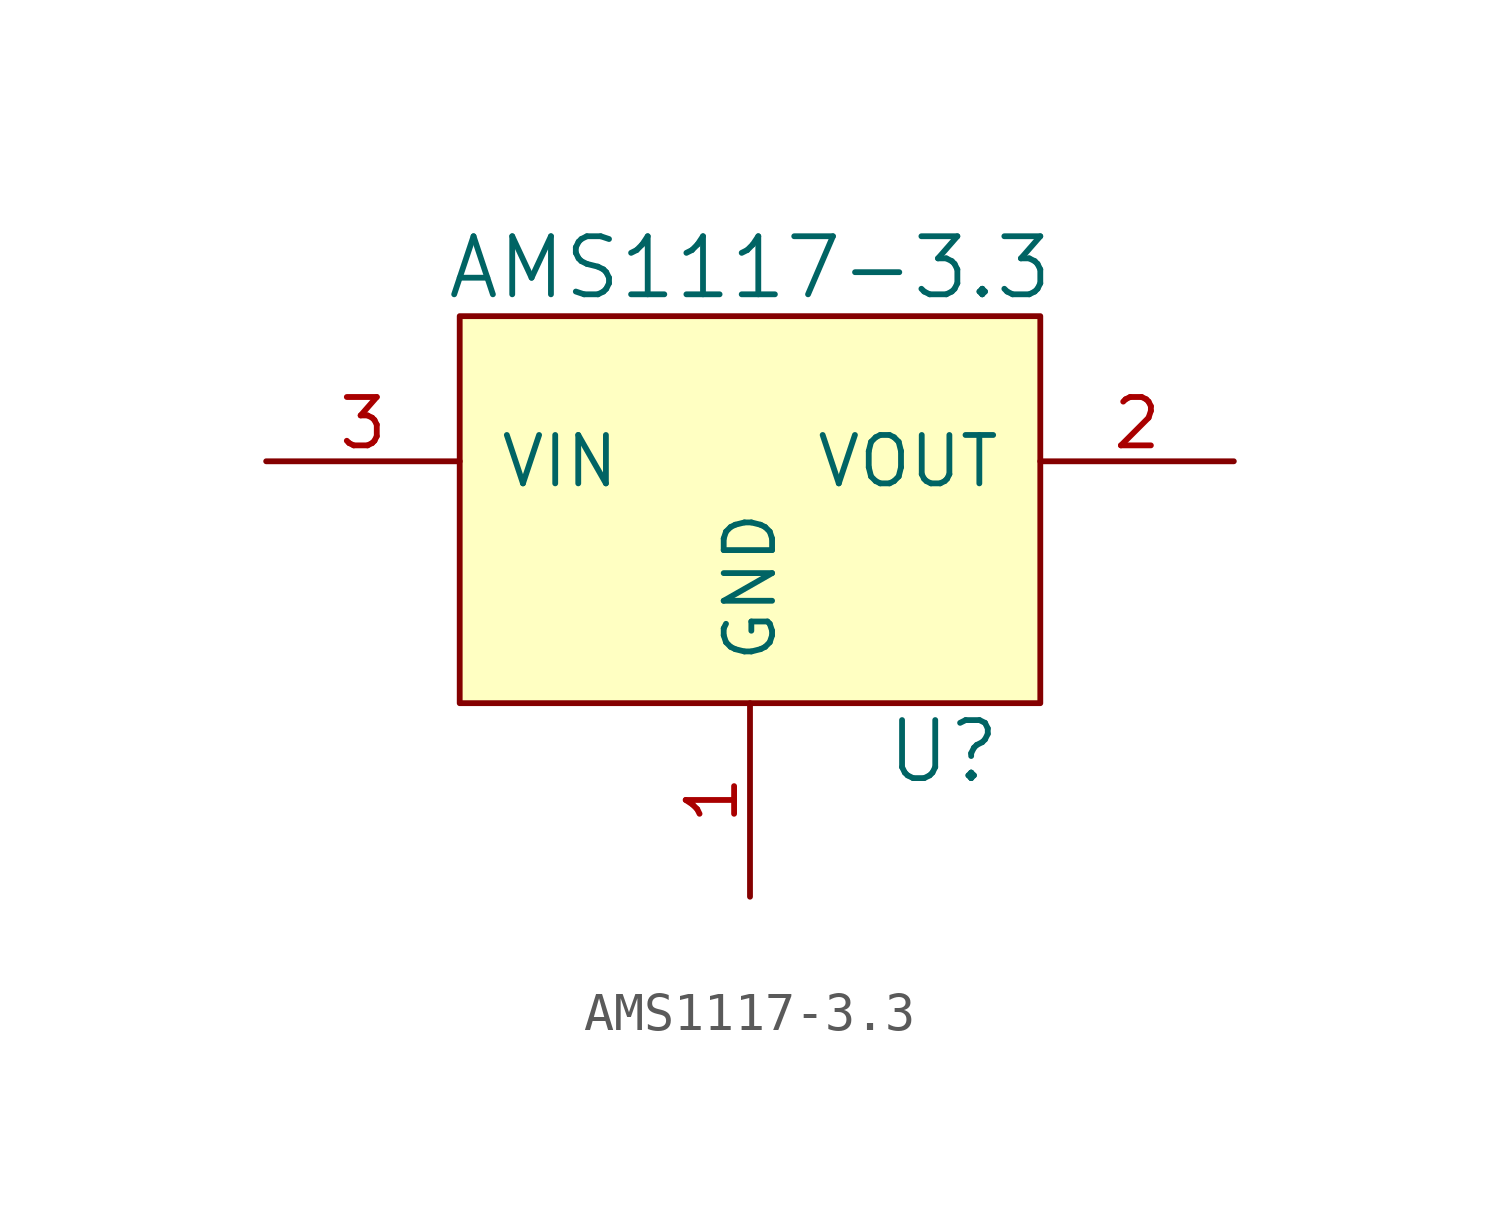
<source format=kicad_sym>
(kicad_symbol_lib
  (version 20211014)
  (generator kicad_symbol_editor)
  (symbol "AMS1117-3.3"
    (pin_names
      (offset 1.016))
    (property "Reference" "U"
      (at 5.08 -6.35 0)
      (effects (font (size 1.524 1.524))))
    (property "Value" "AMS1117-3.3"
      (at 0 6.35 0)
      (effects (font (size 1.524 1.524))))
    (symbol "AMS1117-3.3_0_1"
      (rectangle (start -7.62 5.08) (end 7.62 -5.08) (stroke (width 0) (type default) (color 0 0 0 0)) (fill (type background))))
    (symbol "AMS1117-3.3_1_1"
      (pin power_in line (at 0 -10.16 90) (length 5.08) (name "GND" (effects (font (size 1.27 1.27)))) (number "1" (effects (font (size 1.27 1.27)))))
      (pin power_out line (at 12.7 1.27 180) (length 5.08) (name "VOUT" (effects (font (size 1.27 1.27)))) (number "2" (effects (font (size 1.27 1.27)))))
      (pin power_in line (at -12.7 1.27 0) (length 5.08) (name "VIN" (effects (font (size 1.27 1.27)))) (number "3" (effects (font (size 1.27 1.27))))))))
</source>
